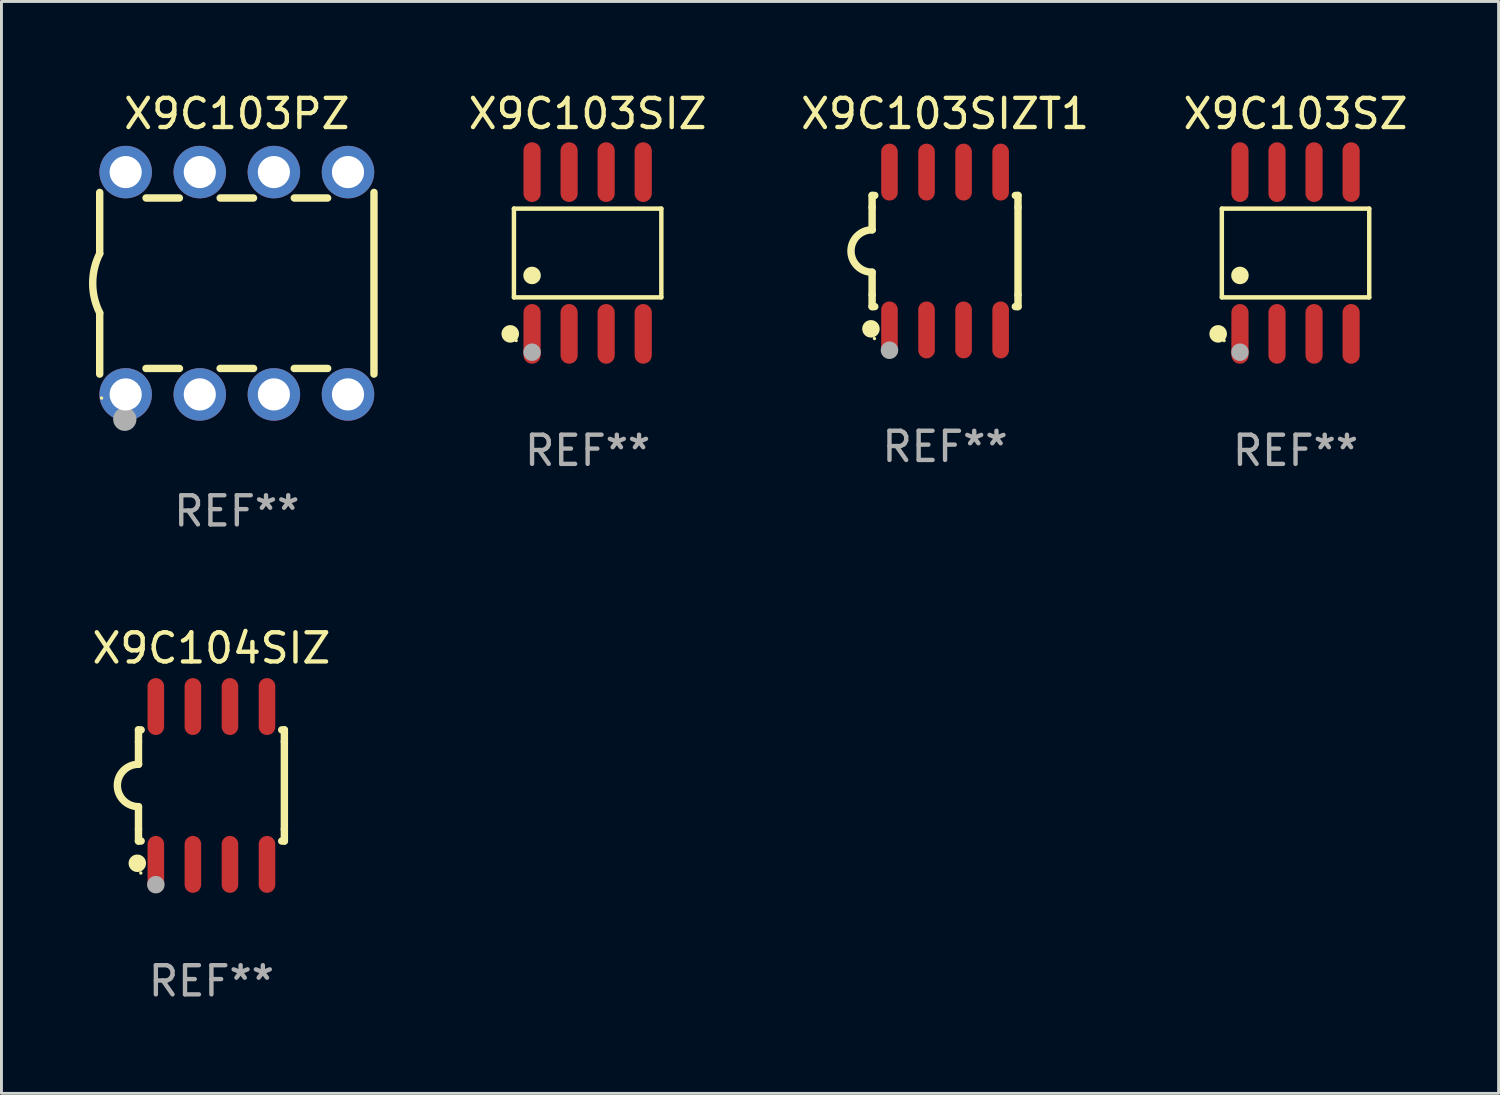
<source format=kicad_pcb>
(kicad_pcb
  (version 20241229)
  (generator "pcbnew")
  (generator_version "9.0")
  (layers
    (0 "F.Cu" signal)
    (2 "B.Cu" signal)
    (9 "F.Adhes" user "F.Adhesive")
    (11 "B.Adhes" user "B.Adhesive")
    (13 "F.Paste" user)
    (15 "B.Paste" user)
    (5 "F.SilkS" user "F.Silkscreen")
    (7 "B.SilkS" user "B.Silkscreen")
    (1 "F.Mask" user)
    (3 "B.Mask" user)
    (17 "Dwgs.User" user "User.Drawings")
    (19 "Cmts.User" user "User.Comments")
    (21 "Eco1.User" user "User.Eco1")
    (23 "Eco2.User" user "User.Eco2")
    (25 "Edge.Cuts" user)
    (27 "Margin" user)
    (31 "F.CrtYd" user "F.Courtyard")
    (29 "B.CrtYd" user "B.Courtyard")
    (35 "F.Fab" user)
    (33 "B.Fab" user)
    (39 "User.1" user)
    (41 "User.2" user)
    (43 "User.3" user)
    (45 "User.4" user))
  (footprint "X9C104SIZ"
    (layer "F.Cu")
    (at 4.196 23.87)
    (property "Reference" "X9C104SIZ" (at 0 -4.705 0) (layer "F.SilkS") (effects (font (size 1 1) (thickness 0.15))))
    (attr through_hole)
    (fp_line (start -2.5 -1.905) (end -2.409 -1.905) (stroke (width 0.254) (type solid)) (layer "F.SilkS"))
    (fp_line (start -2.5 -1.5) (end -2.5 -1.905) (stroke (width 0.254) (type solid)) (layer "F.SilkS"))
    (fp_line (start -2.5 -1.5) (end -2.5 -0.726) (stroke (width 0.254) (type solid)) (layer "F.SilkS"))
    (fp_line (start -2.5 1.5) (end -2.5 0.727) (stroke (width 0.254) (type solid)) (layer "F.SilkS"))
    (fp_line (start -2.5 1.5) (end -2.5 1.905) (stroke (width 0.254) (type solid)) (layer "F.SilkS"))
    (fp_line (start -2.5 1.905) (end -2.409 1.905) (stroke (width 0.254) (type solid)) (layer "F.SilkS"))
    (fp_line (start 2.5 -1.905) (end 2.409 -1.905) (stroke (width 0.254) (type solid)) (layer "F.SilkS"))
    (fp_line (start 2.5 -1.5) (end 2.5 -1.905) (stroke (width 0.254) (type solid)) (layer "F.SilkS"))
    (fp_line (start 2.5 -1.5) (end 2.5 1.5) (stroke (width 0.254) (type solid)) (layer "F.SilkS"))
    (fp_line (start 2.5 1.5) (end 2.5 1.905) (stroke (width 0.254) (type solid)) (layer "F.SilkS"))
    (fp_line (start 2.5 1.905) (end 2.409 1.905) (stroke (width 0.254) (type solid)) (layer "F.SilkS"))
    (fp_arc (start -2.5 0.726568) (mid -3.220316 -0.0023) (end -2.495097 -0.726289) (stroke (width 0.254001) (type solid)) (layer "F.SilkS"))
    (fp_circle (center -2.54 2.667) (end -2.39 2.667) (stroke (width 0.3) (type solid)) (fill no) (layer "F.SilkS"))
    (fp_circle (center -2.42 3) (end -2.39 3) (stroke (width 0.06) (type solid)) (fill no) (layer "F.SilkS"))
    (fp_circle (center -1.905 3.4) (end -1.755 3.4) (stroke (width 0.3) (type solid)) (fill no) (layer "F.Fab"))
    (fp_text user "REF**" (at 0 6.705 0) (layer "F.Fab") (effects (font (size 1 1) (thickness 0.15))))
    (pad "1" smd oval (at -1.905 2.705) (size 0.568 1.95) (layers "F.Cu" "F.Mask" "F.Paste"))
    (pad "2" smd oval (at -0.635 2.705) (size 0.568 1.95) (layers "F.Cu" "F.Mask" "F.Paste"))
    (pad "3" smd oval (at 0.635 2.705) (size 0.568 1.95) (layers "F.Cu" "F.Mask" "F.Paste"))
    (pad "4" smd oval (at 1.905 2.705) (size 0.568 1.95) (layers "F.Cu" "F.Mask" "F.Paste"))
    (pad "5" smd oval (at 1.905 -2.705) (size 0.568 1.95) (layers "F.Cu" "F.Mask" "F.Paste"))
    (pad "6" smd oval (at 0.635 -2.705) (size 0.568 1.95) (layers "F.Cu" "F.Mask" "F.Paste"))
    (pad "7" smd oval (at -0.635 -2.705) (size 0.568 1.95) (layers "F.Cu" "F.Mask" "F.Paste"))
    (pad "8" smd oval (at -1.905 -2.705) (size 0.568 1.95) (layers "F.Cu" "F.Mask" "F.Paste")))
  (footprint "X9C103PZ"
    (layer "F.Cu")
    (at 5.067 6.658)
    (property "Reference" "X9C103PZ" (at 0 -5.81 0) (layer "F.SilkS") (effects (font (size 1 1) (thickness 0.15))))
    (attr through_hole)
    (fp_line (start -4.7 -1.017) (end -4.7 -3.113) (stroke (width 0.254) (type solid)) (layer "F.SilkS"))
    (fp_line (start -4.7 1.015) (end -4.7 3.113) (stroke (width 0.254) (type solid)) (layer "F.SilkS"))
    (fp_line (start -3.113 2.92) (end -1.967 2.92) (stroke (width 0.254) (type solid)) (layer "F.SilkS"))
    (fp_line (start -3.111 -2.922) (end -1.969 -2.922) (stroke (width 0.254) (type solid)) (layer "F.SilkS"))
    (fp_line (start -0.573 2.92) (end 0.573 2.92) (stroke (width 0.254) (type solid)) (layer "F.SilkS"))
    (fp_line (start -0.571 -2.922) (end 0.571 -2.922) (stroke (width 0.254) (type solid)) (layer "F.SilkS"))
    (fp_line (start 1.967 2.92) (end 3.113 2.92) (stroke (width 0.254) (type solid)) (layer "F.SilkS"))
    (fp_line (start 1.969 -2.922) (end 3.111 -2.922) (stroke (width 0.254) (type solid)) (layer "F.SilkS"))
    (fp_line (start 4.7 -3.113) (end 4.7 3.113) (stroke (width 0.254) (type solid)) (layer "F.SilkS"))
    (fp_arc (start -4.7 1.01524) (mid -4.939846 -0.000762) (end -4.7 -1.016764) (stroke (width 0.254001) (type solid)) (layer "F.SilkS"))
    (fp_circle (center -4.636 3.935) (end -4.606 3.935) (stroke (width 0.06) (type solid)) (fill no) (layer "F.SilkS"))
    (fp_circle (center -3.84 4.66) (end -3.64 4.66) (stroke (width 0.4) (type solid)) (fill no) (layer "F.Fab"))
    (fp_text user "REF**" (at 0 7.81 0) (layer "F.Fab") (effects (font (size 1 1) (thickness 0.15))))
    (pad "1" thru_hole circle (at -3.81 3.81) (size 1.8 1.8) (drill 1.1) (layers "*.Cu" "*.Mask"))
    (pad "2" thru_hole circle (at -1.27 3.81) (size 1.8 1.8) (drill 1.1) (layers "*.Cu" "*.Mask"))
    (pad "3" thru_hole circle (at 1.27 3.81) (size 1.8 1.8) (drill 1.1) (layers "*.Cu" "*.Mask"))
    (pad "4" thru_hole circle (at 3.81 3.81) (size 1.8 1.8) (drill 1.1) (layers "*.Cu" "*.Mask"))
    (pad "5" thru_hole circle (at 3.81 -3.81) (size 1.8 1.8) (drill 1.1) (layers "*.Cu" "*.Mask"))
    (pad "6" thru_hole circle (at 1.27 -3.81) (size 1.8 1.8) (drill 1.1) (layers "*.Cu" "*.Mask"))
    (pad "7" thru_hole circle (at -1.27 -3.81) (size 1.8 1.8) (drill 1.1) (layers "*.Cu" "*.Mask"))
    (pad "8" thru_hole circle (at -3.81 -3.81) (size 1.8 1.8) (drill 1.1) (layers "*.Cu" "*.Mask")))
  (footprint "X9C103SIZ"
    (layer "F.Cu")
    (at 17.09 5.621)
    (property "Reference" "X9C103SIZ" (at 0 -4.772 0) (layer "F.SilkS") (effects (font (size 1 1) (thickness 0.15))))
    (attr through_hole)
    (fp_line (start -2.526 -1.521) (end 2.526 -1.521) (stroke (width 0.152) (type solid)) (layer "F.SilkS"))
    (fp_line (start -2.526 1.521) (end -2.526 -1.521) (stroke (width 0.152) (type solid)) (layer "F.SilkS"))
    (fp_line (start 2.526 -1.521) (end 2.526 1.521) (stroke (width 0.152) (type solid)) (layer "F.SilkS"))
    (fp_line (start 2.526 1.521) (end -2.526 1.521) (stroke (width 0.152) (type solid)) (layer "F.SilkS"))
    (fp_circle (center -2.652 2.772) (end -2.501 2.772) (stroke (width 0.3) (type solid)) (fill no) (layer "F.SilkS"))
    (fp_circle (center -2.45 3) (end -2.42 3) (stroke (width 0.06) (type solid)) (fill no) (layer "F.SilkS"))
    (fp_circle (center -1.905 0.769) (end -1.755 0.769) (stroke (width 0.3) (type solid)) (fill no) (layer "F.SilkS"))
    (fp_circle (center -1.905 3.4) (end -1.755 3.4) (stroke (width 0.3) (type solid)) (fill no) (layer "F.Fab"))
    (fp_text user "REF**" (at 0 6.772 0) (layer "F.Fab") (effects (font (size 1 1) (thickness 0.15))))
    (pad "1" smd oval (at -1.905 2.772) (size 0.588 2.045) (layers "F.Cu" "F.Mask" "F.Paste"))
    (pad "2" smd oval (at -0.635 2.772) (size 0.588 2.045) (layers "F.Cu" "F.Mask" "F.Paste"))
    (pad "3" smd oval (at 0.635 2.772) (size 0.588 2.045) (layers "F.Cu" "F.Mask" "F.Paste"))
    (pad "4" smd oval (at 1.905 2.772) (size 0.588 2.045) (layers "F.Cu" "F.Mask" "F.Paste"))
    (pad "5" smd oval (at 1.905 -2.772) (size 0.588 2.045) (layers "F.Cu" "F.Mask" "F.Paste"))
    (pad "6" smd oval (at 0.635 -2.772) (size 0.588 2.045) (layers "F.Cu" "F.Mask" "F.Paste"))
    (pad "7" smd oval (at -0.635 -2.772) (size 0.588 2.045) (layers "F.Cu" "F.Mask" "F.Paste"))
    (pad "8" smd oval (at -1.905 -2.772) (size 0.588 2.045) (layers "F.Cu" "F.Mask" "F.Paste")))
  (footprint "X9C103SIZT1"
    (layer "F.Cu")
    (at 29.34 5.553)
    (property "Reference" "X9C103SIZT1" (at 0 -4.705 0) (layer "F.SilkS") (effects (font (size 1 1) (thickness 0.15))))
    (attr through_hole)
    (fp_line (start -2.5 -1.905) (end -2.409 -1.905) (stroke (width 0.254) (type solid)) (layer "F.SilkS"))
    (fp_line (start -2.5 -1.5) (end -2.5 -1.905) (stroke (width 0.254) (type solid)) (layer "F.SilkS"))
    (fp_line (start -2.5 -1.5) (end -2.5 -0.726) (stroke (width 0.254) (type solid)) (layer "F.SilkS"))
    (fp_line (start -2.5 1.5) (end -2.5 0.727) (stroke (width 0.254) (type solid)) (layer "F.SilkS"))
    (fp_line (start -2.5 1.5) (end -2.5 1.905) (stroke (width 0.254) (type solid)) (layer "F.SilkS"))
    (fp_line (start -2.5 1.905) (end -2.409 1.905) (stroke (width 0.254) (type solid)) (layer "F.SilkS"))
    (fp_line (start 2.5 -1.905) (end 2.409 -1.905) (stroke (width 0.254) (type solid)) (layer "F.SilkS"))
    (fp_line (start 2.5 -1.5) (end 2.5 -1.905) (stroke (width 0.254) (type solid)) (layer "F.SilkS"))
    (fp_line (start 2.5 -1.5) (end 2.5 1.5) (stroke (width 0.254) (type solid)) (layer "F.SilkS"))
    (fp_line (start 2.5 1.5) (end 2.5 1.905) (stroke (width 0.254) (type solid)) (layer "F.SilkS"))
    (fp_line (start 2.5 1.905) (end 2.409 1.905) (stroke (width 0.254) (type solid)) (layer "F.SilkS"))
    (fp_arc (start -2.5 0.726568) (mid -3.220316 -0.0023) (end -2.495097 -0.726289) (stroke (width 0.254001) (type solid)) (layer "F.SilkS"))
    (fp_circle (center -2.54 2.667) (end -2.39 2.667) (stroke (width 0.3) (type solid)) (fill no) (layer "F.SilkS"))
    (fp_circle (center -2.42 3) (end -2.39 3) (stroke (width 0.06) (type solid)) (fill no) (layer "F.SilkS"))
    (fp_circle (center -1.905 3.4) (end -1.755 3.4) (stroke (width 0.3) (type solid)) (fill no) (layer "F.Fab"))
    (fp_text user "REF**" (at 0 6.705 0) (layer "F.Fab") (effects (font (size 1 1) (thickness 0.15))))
    (pad "1" smd oval (at -1.905 2.705) (size 0.568 1.95) (layers "F.Cu" "F.Mask" "F.Paste"))
    (pad "2" smd oval (at -0.635 2.705) (size 0.568 1.95) (layers "F.Cu" "F.Mask" "F.Paste"))
    (pad "3" smd oval (at 0.635 2.705) (size 0.568 1.95) (layers "F.Cu" "F.Mask" "F.Paste"))
    (pad "4" smd oval (at 1.905 2.705) (size 0.568 1.95) (layers "F.Cu" "F.Mask" "F.Paste"))
    (pad "5" smd oval (at 1.905 -2.705) (size 0.568 1.95) (layers "F.Cu" "F.Mask" "F.Paste"))
    (pad "6" smd oval (at 0.635 -2.705) (size 0.568 1.95) (layers "F.Cu" "F.Mask" "F.Paste"))
    (pad "7" smd oval (at -0.635 -2.705) (size 0.568 1.95) (layers "F.Cu" "F.Mask" "F.Paste"))
    (pad "8" smd oval (at -1.905 -2.705) (size 0.568 1.95) (layers "F.Cu" "F.Mask" "F.Paste")))
  (footprint "X9C103SZ"
    (layer "F.Cu")
    (at 41.352 5.621)
    (property "Reference" "X9C103SZ" (at 0 -4.772 0) (layer "F.SilkS") (effects (font (size 1 1) (thickness 0.15))))
    (attr through_hole)
    (fp_line (start -2.526 -1.521) (end 2.526 -1.521) (stroke (width 0.152) (type solid)) (layer "F.SilkS"))
    (fp_line (start -2.526 1.521) (end -2.526 -1.521) (stroke (width 0.152) (type solid)) (layer "F.SilkS"))
    (fp_line (start 2.526 -1.521) (end 2.526 1.521) (stroke (width 0.152) (type solid)) (layer "F.SilkS"))
    (fp_line (start 2.526 1.521) (end -2.526 1.521) (stroke (width 0.152) (type solid)) (layer "F.SilkS"))
    (fp_circle (center -2.652 2.772) (end -2.501 2.772) (stroke (width 0.3) (type solid)) (fill no) (layer "F.SilkS"))
    (fp_circle (center -2.45 3) (end -2.42 3) (stroke (width 0.06) (type solid)) (fill no) (layer "F.SilkS"))
    (fp_circle (center -1.905 0.769) (end -1.755 0.769) (stroke (width 0.3) (type solid)) (fill no) (layer "F.SilkS"))
    (fp_circle (center -1.905 3.4) (end -1.755 3.4) (stroke (width 0.3) (type solid)) (fill no) (layer "F.Fab"))
    (fp_text user "REF**" (at 0 6.772 0) (layer "F.Fab") (effects (font (size 1 1) (thickness 0.15))))
    (pad "1" smd oval (at -1.905 2.772) (size 0.588 2.045) (layers "F.Cu" "F.Mask" "F.Paste"))
    (pad "2" smd oval (at -0.635 2.772) (size 0.588 2.045) (layers "F.Cu" "F.Mask" "F.Paste"))
    (pad "3" smd oval (at 0.635 2.772) (size 0.588 2.045) (layers "F.Cu" "F.Mask" "F.Paste"))
    (pad "4" smd oval (at 1.905 2.772) (size 0.588 2.045) (layers "F.Cu" "F.Mask" "F.Paste"))
    (pad "5" smd oval (at 1.905 -2.772) (size 0.588 2.045) (layers "F.Cu" "F.Mask" "F.Paste"))
    (pad "6" smd oval (at 0.635 -2.772) (size 0.588 2.045) (layers "F.Cu" "F.Mask" "F.Paste"))
    (pad "7" smd oval (at -0.635 -2.772) (size 0.588 2.045) (layers "F.Cu" "F.Mask" "F.Paste"))
    (pad "8" smd oval (at -1.905 -2.772) (size 0.588 2.045) (layers "F.Cu" "F.Mask" "F.Paste")))
  (gr_rect
    (start -3 -3)
    (end 48.311 34.423)
    (stroke (width 0.1) (type default))
    (fill no)
    (layer "Edge.Cuts")))
</source>
